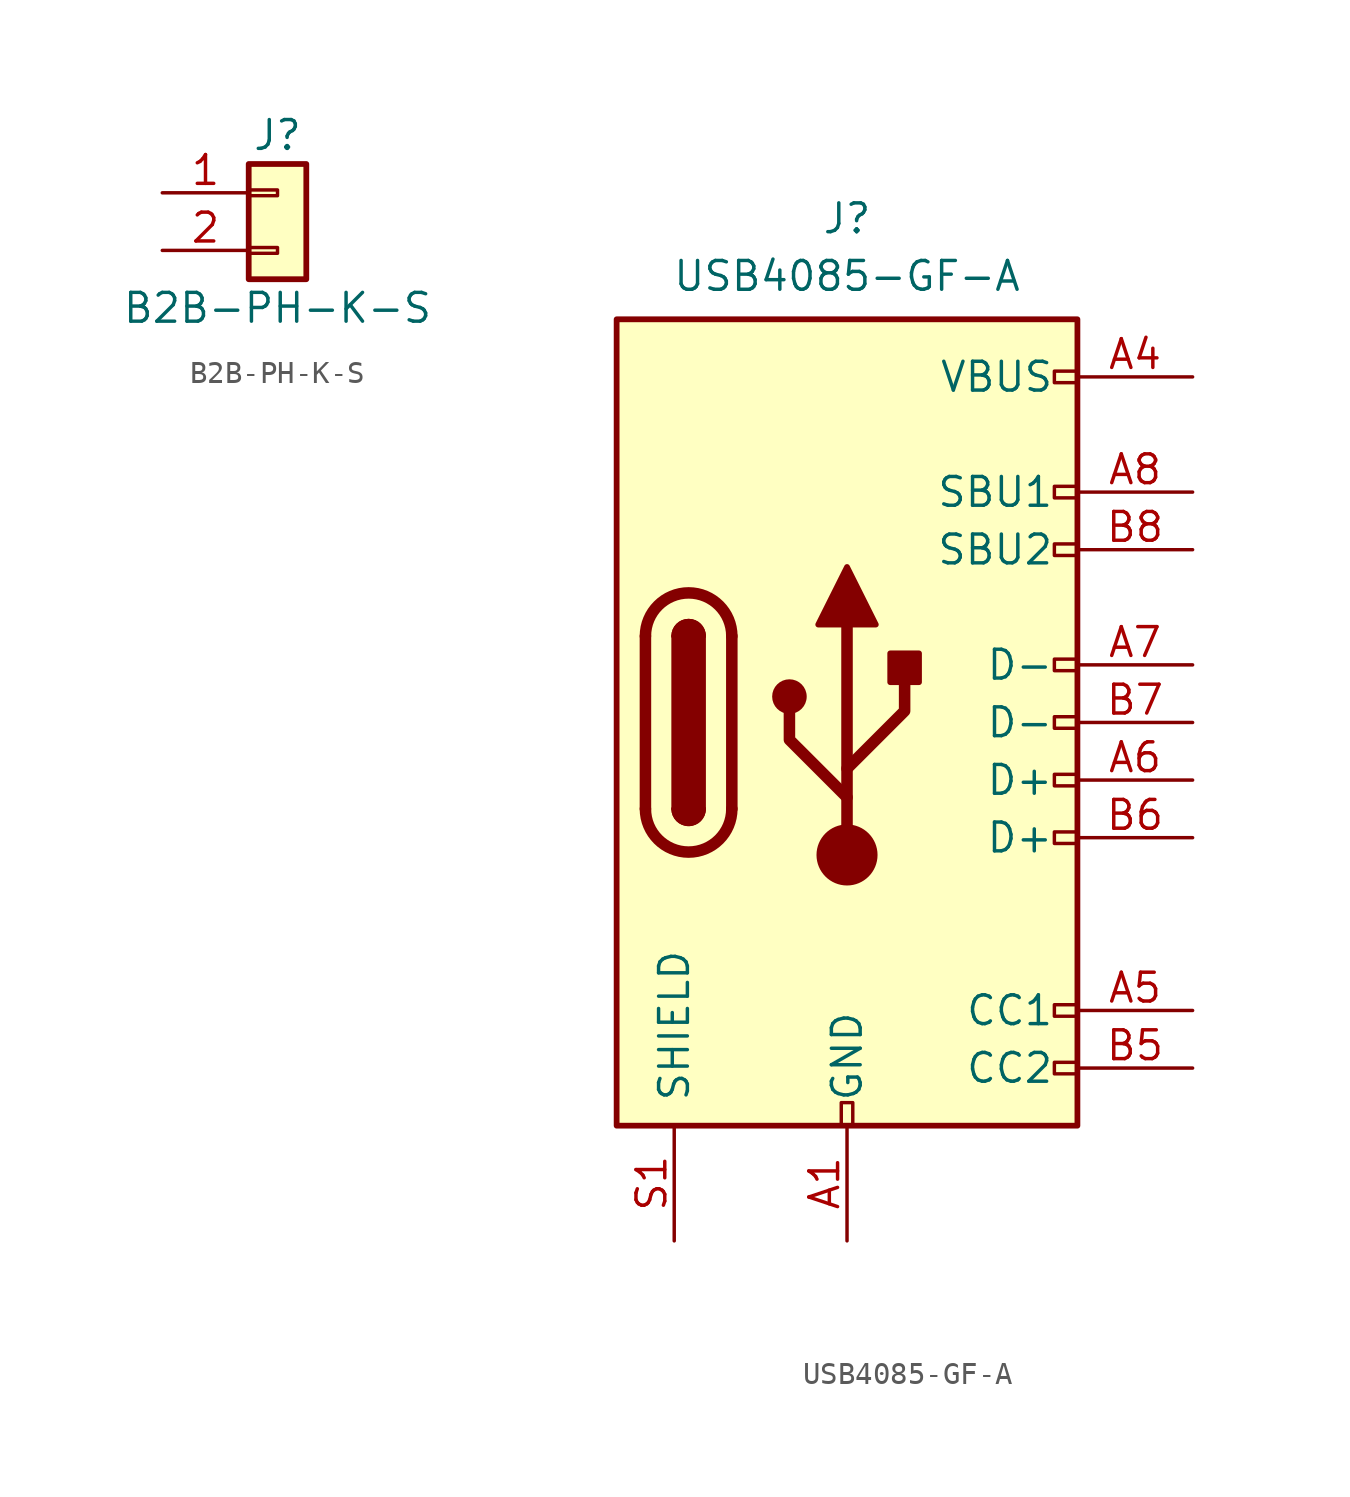
<source format=kicad_sym>
(kicad_symbol_lib
  (version 20241209)
  (generator "kicad_symbol_editor")
  (generator_version "9.0")
  (symbol "B2B-PH-K-S"
    (pin_names
      (offset 1.016)
      (hide yes))
    (property "Reference" "J"
      (at 0 2.54 0)
      (effects (font (size 1.27 1.27))))
    (property "Value" "B2B-PH-K-S"
      (at 0 -5.08 0)
      (effects (font (size 1.27 1.27))))
    (symbol "B2B-PH-K-S_1_1"
      (rectangle (start -1.27 1.27) (end 1.27 -3.81) (stroke (width 0.254) (type default)) (fill (type background)))
      (rectangle (start -1.27 0.127) (end 0 -0.127) (stroke (width 0.152) (type default)) (fill (type none)))
      (rectangle (start -1.27 -2.413) (end 0 -2.667) (stroke (width 0.152) (type default)) (fill (type none)))
      (pin passive line (at -5.08 0 0) (length 3.81) (name "Pin_1" (effects (font (size 1.27 1.27)))) (number "1" (effects (font (size 1.27 1.27)))))
      (pin passive line (at -5.08 -2.54 0) (length 3.81) (name "Pin_2" (effects (font (size 1.27 1.27)))) (number "2" (effects (font (size 1.27 1.27)))))))
  (symbol "USB4085-GF-A"
    (pin_names
      (offset 1.016))
    (property "Reference" "J"
      (at 0 22.225 0)
      (effects (font (size 1.27 1.27))))
    (property "Value" "USB4085-GF-A"
      (at 0 19.685 0)
      (effects (font (size 1.27 1.27))))
    (symbol "USB4085-GF-A_0_0"
      (rectangle (start -0.254 -17.78) (end 0.254 -16.764) (stroke (width 0) (type default)) (fill (type none)))
      (rectangle (start 10.16 15.494) (end 9.144 14.986) (stroke (width 0) (type default)) (fill (type none)))
      (rectangle (start 10.16 10.414) (end 9.144 9.906) (stroke (width 0) (type default)) (fill (type none)))
      (rectangle (start 10.16 7.874) (end 9.144 7.366) (stroke (width 0) (type default)) (fill (type none)))
      (rectangle (start 10.16 2.794) (end 9.144 2.286) (stroke (width 0) (type default)) (fill (type none)))
      (rectangle (start 10.16 0.254) (end 9.144 -0.254) (stroke (width 0) (type default)) (fill (type none)))
      (rectangle (start 10.16 -2.286) (end 9.144 -2.794) (stroke (width 0) (type default)) (fill (type none)))
      (rectangle (start 10.16 -4.826) (end 9.144 -5.334) (stroke (width 0) (type default)) (fill (type none)))
      (rectangle (start 10.16 -12.446) (end 9.144 -12.954) (stroke (width 0) (type default)) (fill (type none)))
      (rectangle (start 10.16 -14.986) (end 9.144 -15.494) (stroke (width 0) (type default)) (fill (type none))))
    (symbol "USB4085-GF-A_0_1"
      (rectangle (start -10.16 17.78) (end 10.16 -17.78) (stroke (width 0.254) (type default)) (fill (type background)))
      (polyline (pts (xy -8.89 -3.81) (xy -8.89 3.81)) (stroke (width 0.508) (type default)) (fill (type none)))
      (rectangle (start -7.62 -3.81) (end -6.35 3.81) (stroke (width 0.254) (type default)) (fill (type outline)))
      (arc (start -7.62 3.81) (mid -6.985 4.4423) (end -6.35 3.81) (stroke (width 0.254) (type default)) (fill (type none)))
      (arc (start -7.62 3.81) (mid -6.985 4.4423) (end -6.35 3.81) (stroke (width 0.254) (type default)) (fill (type outline)))
      (arc (start -8.89 3.81) (mid -6.985 5.7067) (end -5.08 3.81) (stroke (width 0.508) (type default)) (fill (type none)))
      (arc (start -5.08 -3.81) (mid -6.985 -5.7067) (end -8.89 -3.81) (stroke (width 0.508) (type default)) (fill (type none)))
      (arc (start -6.35 -3.81) (mid -6.985 -4.4423) (end -7.62 -3.81) (stroke (width 0.254) (type default)) (fill (type none)))
      (arc (start -6.35 -3.81) (mid -6.985 -4.4423) (end -7.62 -3.81) (stroke (width 0.254) (type default)) (fill (type outline)))
      (polyline (pts (xy -5.08 3.81) (xy -5.08 -3.81)) (stroke (width 0.508) (type default)) (fill (type none)))
      (circle (center -2.54 1.143) (radius 0.635) (stroke (width 0.254) (type default)) (fill (type outline)))
      (polyline (pts (xy -1.27 4.318) (xy 0 6.858) (xy 1.27 4.318) (xy -1.27 4.318)) (stroke (width 0.254) (type default)) (fill (type outline)))
      (polyline (pts (xy 0 -2.032) (xy 2.54 0.508) (xy 2.54 1.778)) (stroke (width 0.508) (type default)) (fill (type none)))
      (polyline (pts (xy 0 -3.302) (xy -2.54 -0.762) (xy -2.54 0.508)) (stroke (width 0.508) (type default)) (fill (type none)))
      (polyline (pts (xy 0 -5.842) (xy 0 4.318)) (stroke (width 0.508) (type default)) (fill (type none)))
      (circle (center 0 -5.842) (radius 1.27) (stroke (width 0) (type default)) (fill (type outline)))
      (rectangle (start 1.905 1.778) (end 3.175 3.048) (stroke (width 0.254) (type default)) (fill (type outline))))
    (symbol "USB4085-GF-A_1_1"
      (pin passive line (at -7.62 -22.86 90) (length 5.08) (name "SHIELD" (effects (font (size 1.27 1.27)))) (number "S1" (effects (font (size 1.27 1.27)))))
      (pin passive line (at 0 -22.86 90) (length 5.08) (name "GND" (effects (font (size 1.27 1.27)))) (number "A1" (effects (font (size 1.27 1.27)))))
      (pin passive line (at 0 -22.86 90) (length 5.08) (hide yes) (name "GND" (effects (font (size 1.27 1.27)))) (number "A12" (effects (font (size 1.27 1.27)))))
      (pin passive line (at 0 -22.86 90) (length 5.08) (hide yes) (name "GND" (effects (font (size 1.27 1.27)))) (number "B1" (effects (font (size 1.27 1.27)))))
      (pin passive line (at 0 -22.86 90) (length 5.08) (hide yes) (name "GND" (effects (font (size 1.27 1.27)))) (number "B12" (effects (font (size 1.27 1.27)))))
      (pin passive line (at 15.24 15.24 180) (length 5.08) (name "VBUS" (effects (font (size 1.27 1.27)))) (number "A4" (effects (font (size 1.27 1.27)))))
      (pin passive line (at 15.24 15.24 180) (length 5.08) (hide yes) (name "VBUS" (effects (font (size 1.27 1.27)))) (number "A9" (effects (font (size 1.27 1.27)))))
      (pin passive line (at 15.24 15.24 180) (length 5.08) (hide yes) (name "VBUS" (effects (font (size 1.27 1.27)))) (number "B4" (effects (font (size 1.27 1.27)))))
      (pin passive line (at 15.24 15.24 180) (length 5.08) (hide yes) (name "VBUS" (effects (font (size 1.27 1.27)))) (number "B9" (effects (font (size 1.27 1.27)))))
      (pin bidirectional line (at 15.24 10.16 180) (length 5.08) (name "SBU1" (effects (font (size 1.27 1.27)))) (number "A8" (effects (font (size 1.27 1.27)))))
      (pin bidirectional line (at 15.24 7.62 180) (length 5.08) (name "SBU2" (effects (font (size 1.27 1.27)))) (number "B8" (effects (font (size 1.27 1.27)))))
      (pin bidirectional line (at 15.24 2.54 180) (length 5.08) (name "D-" (effects (font (size 1.27 1.27)))) (number "A7" (effects (font (size 1.27 1.27)))))
      (pin bidirectional line (at 15.24 0 180) (length 5.08) (name "D-" (effects (font (size 1.27 1.27)))) (number "B7" (effects (font (size 1.27 1.27)))))
      (pin bidirectional line (at 15.24 -2.54 180) (length 5.08) (name "D+" (effects (font (size 1.27 1.27)))) (number "A6" (effects (font (size 1.27 1.27)))))
      (pin bidirectional line (at 15.24 -5.08 180) (length 5.08) (name "D+" (effects (font (size 1.27 1.27)))) (number "B6" (effects (font (size 1.27 1.27)))))
      (pin bidirectional line (at 15.24 -12.7 180) (length 5.08) (name "CC1" (effects (font (size 1.27 1.27)))) (number "A5" (effects (font (size 1.27 1.27)))))
      (pin bidirectional line (at 15.24 -15.24 180) (length 5.08) (name "CC2" (effects (font (size 1.27 1.27)))) (number "B5" (effects (font (size 1.27 1.27))))))))
</source>
